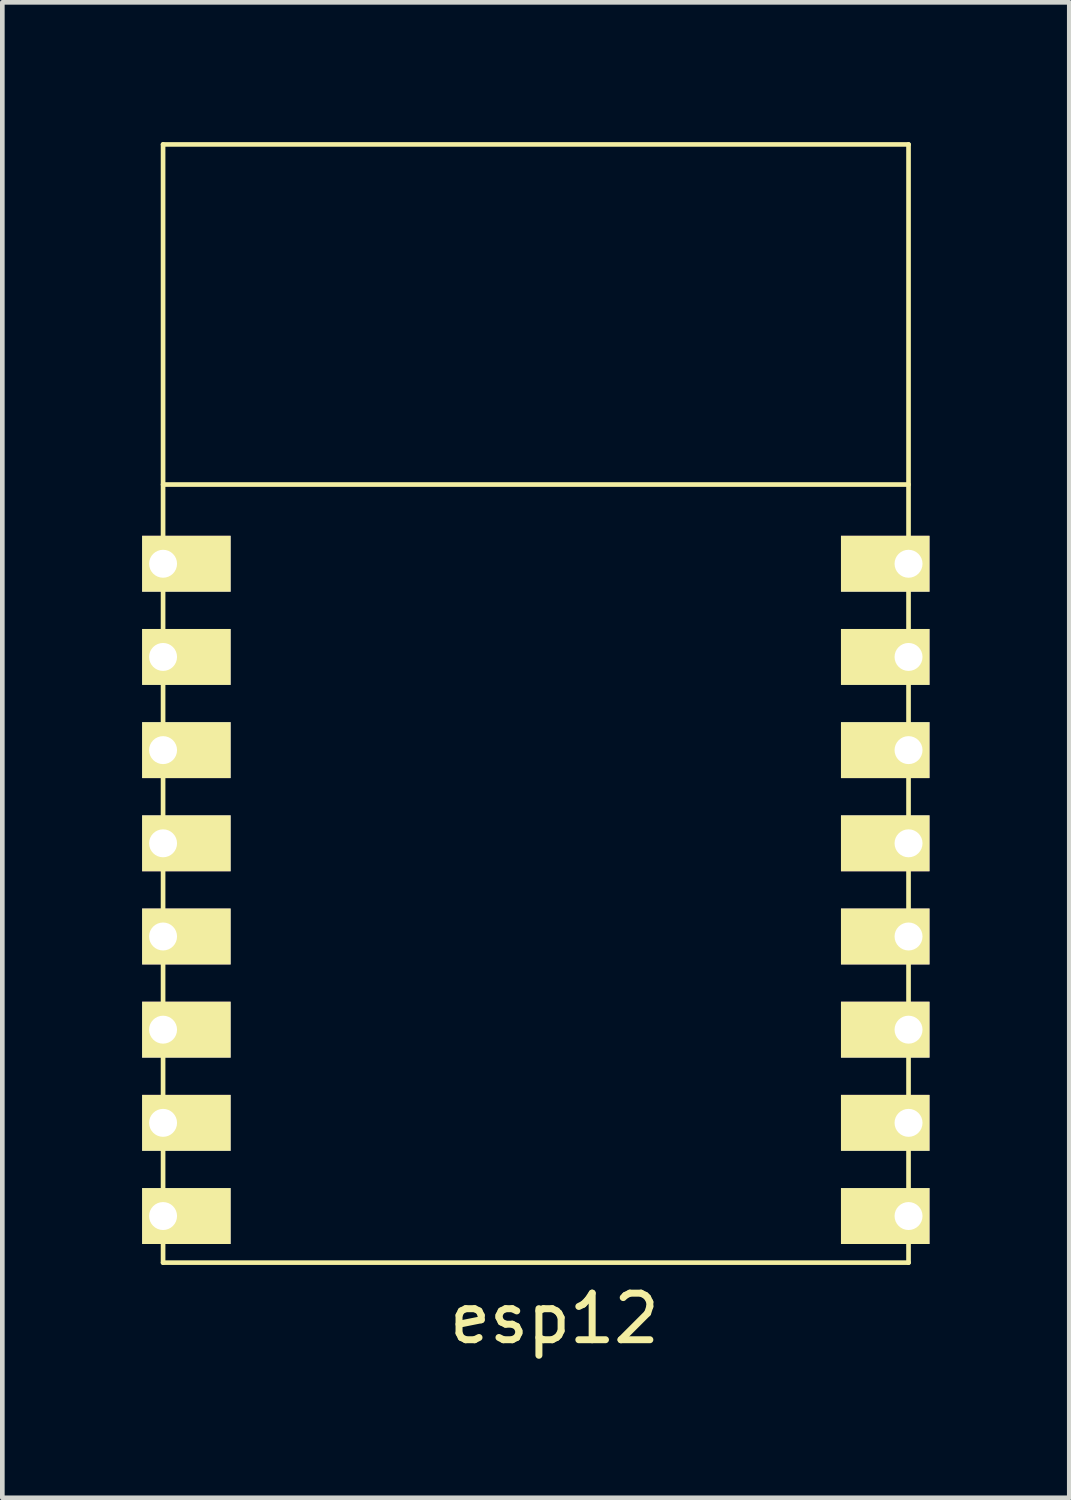
<source format=kicad_pcb>
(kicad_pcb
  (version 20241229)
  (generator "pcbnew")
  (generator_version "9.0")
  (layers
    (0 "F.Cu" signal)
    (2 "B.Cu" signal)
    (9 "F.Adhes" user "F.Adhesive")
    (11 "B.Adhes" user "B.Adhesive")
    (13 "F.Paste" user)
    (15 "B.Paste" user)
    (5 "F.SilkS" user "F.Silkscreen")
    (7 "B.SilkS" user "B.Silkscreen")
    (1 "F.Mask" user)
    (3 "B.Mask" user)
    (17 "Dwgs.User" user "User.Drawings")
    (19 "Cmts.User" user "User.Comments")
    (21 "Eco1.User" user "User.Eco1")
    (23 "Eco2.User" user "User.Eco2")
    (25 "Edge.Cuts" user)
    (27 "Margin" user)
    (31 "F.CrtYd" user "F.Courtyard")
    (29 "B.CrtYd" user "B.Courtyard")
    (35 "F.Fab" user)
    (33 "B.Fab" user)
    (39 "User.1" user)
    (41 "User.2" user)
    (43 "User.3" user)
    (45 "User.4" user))
  (footprint "esp12"
    (layer "F.Cu")
    (at 0.45 5.05)
    (property "Reference" "esp12" (at 8.4 20.2 0) (layer "F.SilkS") (effects (font (size 1 1) (thickness 0.15))))
    (attr through_hole)
    (fp_line (start 0 -5) (end 16 -5) (stroke (width 0.1) (type solid)) (layer "F.SilkS"))
    (fp_line (start 0 19) (end 0 -5) (stroke (width 0.1) (type solid)) (layer "F.SilkS"))
    (fp_line (start 16 2.3) (end 0 2.3) (stroke (width 0.1) (type solid)) (layer "F.SilkS"))
    (fp_line (start 16 19) (end 0 19) (stroke (width 0.1) (type solid)) (layer "F.SilkS"))
    (fp_line (start 16 19) (end 16 -5) (stroke (width 0.1) (type solid)) (layer "F.SilkS"))
    (pad "1" thru_hole trapezoid (at 0 4) (size 1.9 1.2) (drill 0.6 (offset 0.5 0)) (layers "*.Cu" "*.Mask" "F.SilkS"))
    (pad "2" thru_hole trapezoid (at 0 6) (size 1.9 1.2) (drill 0.6 (offset 0.5 0)) (layers "*.Cu" "*.Mask" "F.SilkS"))
    (pad "3" thru_hole trapezoid (at 0 8) (size 1.9 1.2) (drill 0.6 (offset 0.5 0)) (layers "*.Cu" "*.Mask" "F.SilkS"))
    (pad "4" thru_hole trapezoid (at 0 10) (size 1.9 1.2) (drill 0.6 (offset 0.5 0)) (layers "*.Cu" "*.Mask" "F.SilkS"))
    (pad "5" thru_hole trapezoid (at 0 12) (size 1.9 1.2) (drill 0.6 (offset 0.5 0)) (layers "*.Cu" "*.Mask" "F.SilkS"))
    (pad "6" thru_hole trapezoid (at 0 14) (size 1.9 1.2) (drill 0.6 (offset 0.5 0)) (layers "*.Cu" "*.Mask" "F.SilkS"))
    (pad "7" thru_hole trapezoid (at 0 16) (size 1.9 1.2) (drill 0.6 (offset 0.5 0)) (layers "*.Cu" "*.Mask" "F.SilkS"))
    (pad "8" thru_hole trapezoid (at 0 18) (size 1.9 1.2) (drill 0.6 (offset 0.5 0)) (layers "*.Cu" "*.Mask" "F.SilkS"))
    (pad "9" thru_hole trapezoid (at 16 18 180) (size 1.9 1.2) (drill 0.6 (offset 0.5 0)) (layers "*.Cu" "*.Mask" "F.SilkS"))
    (pad "10" thru_hole trapezoid (at 16 16 180) (size 1.9 1.2) (drill 0.6 (offset 0.5 0)) (layers "*.Cu" "*.Mask" "F.SilkS"))
    (pad "11" thru_hole trapezoid (at 16 14 180) (size 1.9 1.2) (drill 0.6 (offset 0.5 0)) (layers "*.Cu" "*.Mask" "F.SilkS"))
    (pad "12" thru_hole trapezoid (at 16 12 180) (size 1.9 1.2) (drill 0.6 (offset 0.5 0)) (layers "*.Cu" "*.Mask" "F.SilkS"))
    (pad "13" thru_hole trapezoid (at 16 10 180) (size 1.9 1.2) (drill 0.6 (offset 0.5 0)) (layers "*.Cu" "*.Mask" "F.SilkS"))
    (pad "14" thru_hole trapezoid (at 16 8 180) (size 1.9 1.2) (drill 0.6 (offset 0.5 0)) (layers "*.Cu" "*.Mask" "F.SilkS"))
    (pad "15" thru_hole trapezoid (at 16 6 180) (size 1.9 1.2) (drill 0.6 (offset 0.5 0)) (layers "*.Cu" "*.Mask" "F.SilkS"))
    (pad "16" thru_hole trapezoid (at 16 4 180) (size 1.9 1.2) (drill 0.6 (offset 0.5 0)) (layers "*.Cu" "*.Mask" "F.SilkS")))
  (gr_rect
    (start -3 -3)
    (end 19.9 29.098)
    (stroke (width 0.1) (type default))
    (fill no)
    (layer "Edge.Cuts")))
</source>
